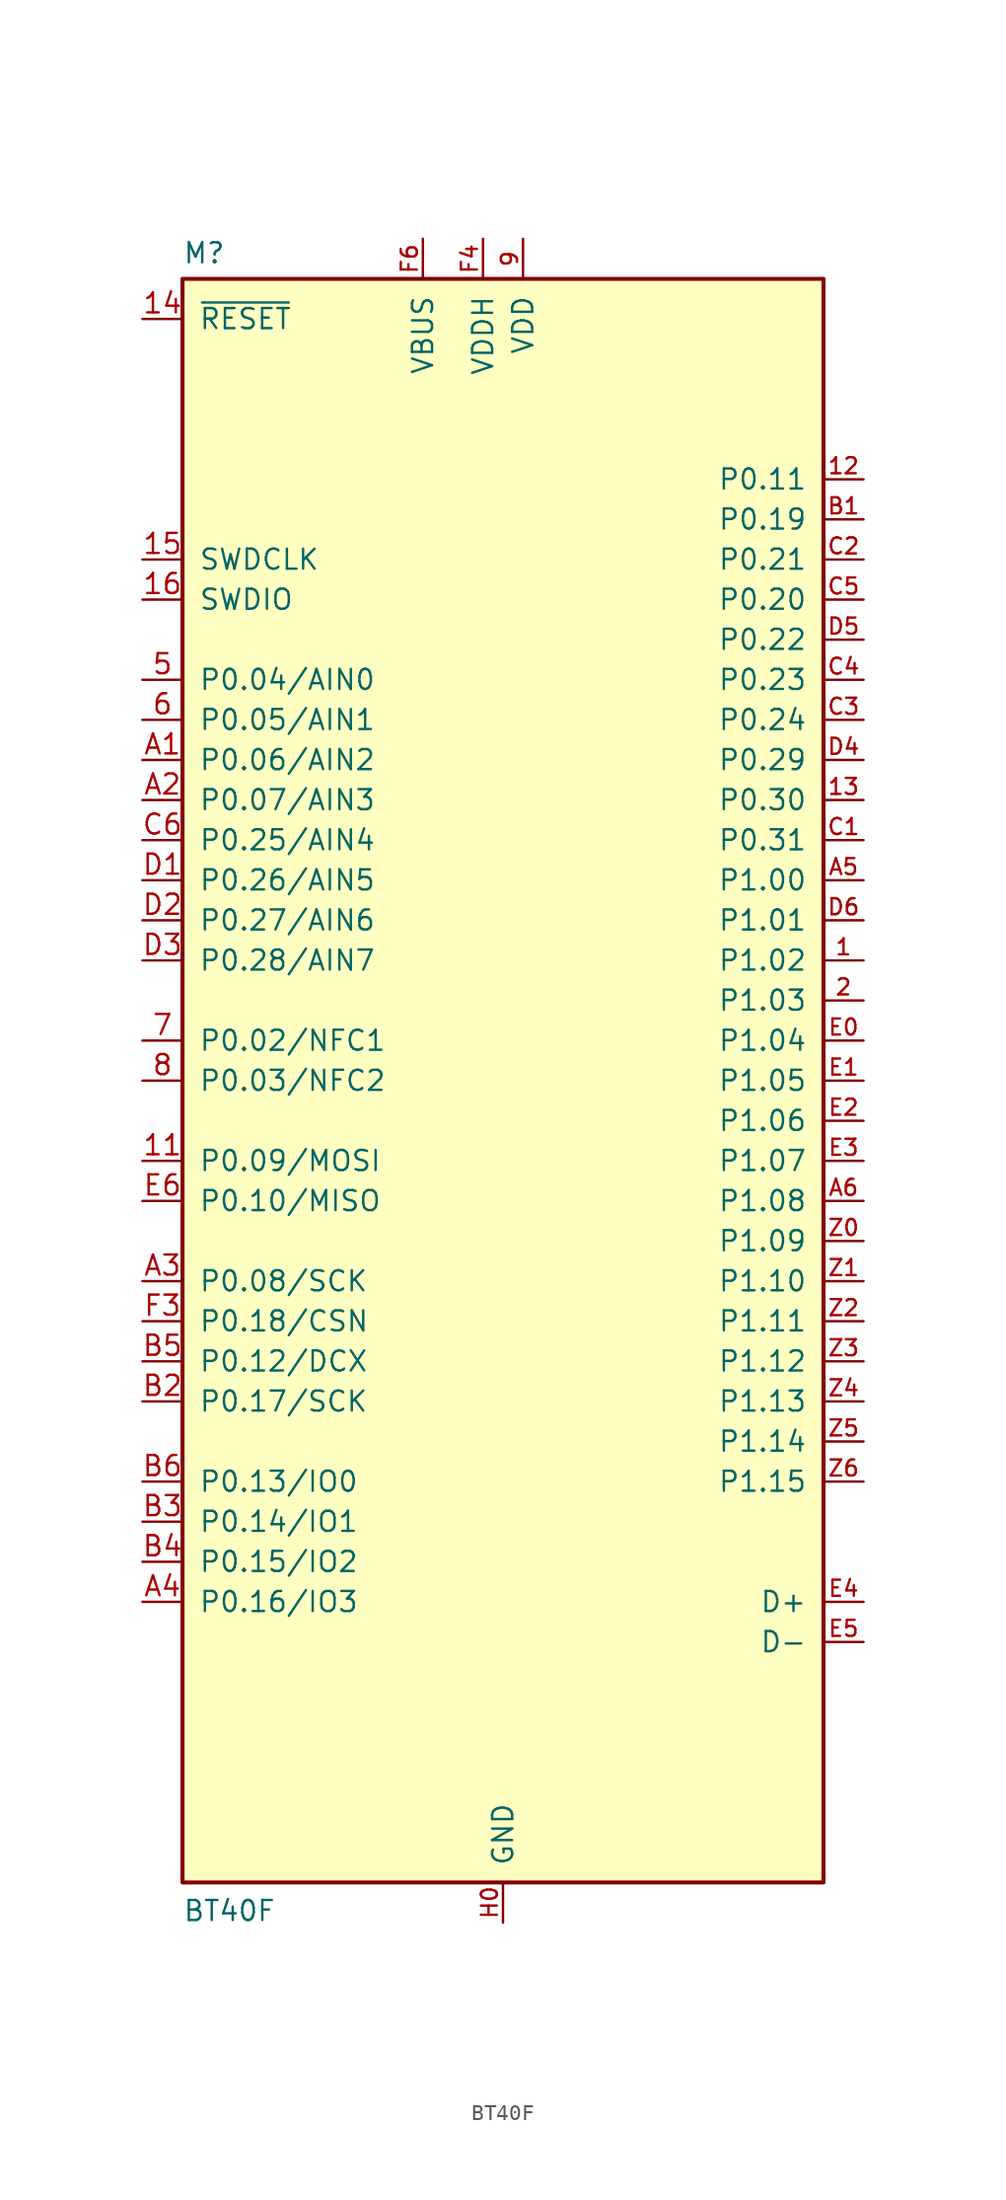
<source format=kicad_sym>
(kicad_symbol_lib
  (version 20241209)
  (generator "kicad_symbol_editor")
  (generator_version "9.0")
  (symbol "BT40F"
    (pin_names
      (offset 1.016))
    (property "Reference" "M"
      (at -20.32 51.689 0)
      (effects (font (size 1.27 1.27)) (justify left bottom)))
    (property "Value" "BT40F"
      (at -20.32 -53.34 0)
      (effects (font (size 1.27 1.27)) (justify left bottom)))
    (symbol "BT40F_0_0"
      (rectangle (start -20.32 50.8) (end 20.32 -50.8) (stroke (width 0.254) (type default)) (fill (type background)))
      (pin input line (at -22.86 48.26 0) (length 2.54) (name "~{RESET}" (effects (font (size 1.27 1.27)))) (number "14" (effects (font (size 1.27 1.27)))))
      (pin bidirectional line (at -22.86 30.48 0) (length 2.54) (name "SWDIO" (effects (font (size 1.27 1.27)))) (number "16" (effects (font (size 1.27 1.27)))))
      (pin bidirectional line (at -22.86 25.4 0) (length 2.54) (name "P0.04/AIN0" (effects (font (size 1.27 1.27)))) (number "5" (effects (font (size 1.27 1.27)))))
      (pin bidirectional line (at -22.86 22.86 0) (length 2.54) (name "P0.05/AIN1" (effects (font (size 1.27 1.27)))) (number "6" (effects (font (size 1.27 1.27)))))
      (pin bidirectional line (at -22.86 20.32 0) (length 2.54) (name "P0.06/AIN2" (effects (font (size 1.27 1.27)))) (number "A1" (effects (font (size 1.27 1.27)))))
      (pin bidirectional line (at -22.86 17.78 0) (length 2.54) (name "P0.07/AIN3" (effects (font (size 1.27 1.27)))) (number "A2" (effects (font (size 1.27 1.27)))))
      (pin bidirectional line (at -22.86 15.24 0) (length 2.54) (name "P0.25/AIN4" (effects (font (size 1.27 1.27)))) (number "C6" (effects (font (size 1.27 1.27)))))
      (pin bidirectional line (at -22.86 12.7 0) (length 2.54) (name "P0.26/AIN5" (effects (font (size 1.27 1.27)))) (number "D1" (effects (font (size 1.27 1.27)))))
      (pin bidirectional line (at -22.86 10.16 0) (length 2.54) (name "P0.27/AIN6" (effects (font (size 1.27 1.27)))) (number "D2" (effects (font (size 1.27 1.27)))))
      (pin bidirectional line (at -22.86 7.62 0) (length 2.54) (name "P0.28/AIN7" (effects (font (size 1.27 1.27)))) (number "D3" (effects (font (size 1.27 1.27)))))
      (pin bidirectional line (at -22.86 2.54 0) (length 2.54) (name "P0.02/NFC1" (effects (font (size 1.27 1.27)))) (number "7" (effects (font (size 1.27 1.27)))))
      (pin bidirectional line (at -22.86 0 0) (length 2.54) (name "P0.03/NFC2" (effects (font (size 1.27 1.27)))) (number "8" (effects (font (size 1.27 1.27)))))
      (pin bidirectional line (at -22.86 -5.08 0) (length 2.54) (name "P0.09/MOSI" (effects (font (size 1.27 1.27)))) (number "11" (effects (font (size 1.27 1.27)))))
      (pin bidirectional line (at -22.86 -7.62 0) (length 2.54) (name "P0.10/MISO" (effects (font (size 1.27 1.27)))) (number "E6" (effects (font (size 1.27 1.27)))))
      (pin bidirectional line (at -22.86 -12.7 0) (length 2.54) (name "P0.08/SCK" (effects (font (size 1.27 1.27)))) (number "A3" (effects (font (size 1.27 1.27)))))
      (pin bidirectional line (at -22.86 -15.24 0) (length 2.54) (name "P0.18/CSN" (effects (font (size 1.27 1.27)))) (number "F3" (effects (font (size 1.27 1.27)))))
      (pin bidirectional line (at -22.86 -17.78 0) (length 2.54) (name "P0.12/DCX" (effects (font (size 1.27 1.27)))) (number "B5" (effects (font (size 1.27 1.27)))))
      (pin bidirectional line (at -22.86 -20.32 0) (length 2.54) (name "P0.17/SCK" (effects (font (size 1.27 1.27)))) (number "B2" (effects (font (size 1.27 1.27)))))
      (pin bidirectional line (at -22.86 -25.4 0) (length 2.54) (name "P0.13/IO0" (effects (font (size 1.27 1.27)))) (number "B6" (effects (font (size 1.27 1.27)))))
      (pin bidirectional line (at -22.86 -27.94 0) (length 2.54) (name "P0.14/IO1" (effects (font (size 1.27 1.27)))) (number "B3" (effects (font (size 1.27 1.27)))))
      (pin bidirectional line (at -22.86 -30.48 0) (length 2.54) (name "P0.15/IO2" (effects (font (size 1.27 1.27)))) (number "B4" (effects (font (size 1.27 1.27)))))
      (pin bidirectional line (at -22.86 -33.02 0) (length 2.54) (name "P0.16/IO3" (effects (font (size 1.27 1.27)))) (number "A4" (effects (font (size 1.27 1.27)))))
      (pin power_in line (at -5.08 53.34 270) (length 2.54) (name "VBUS" (effects (font (size 1.27 1.27)))) (number "F6" (effects (font (size 1.016 1.016)))))
      (pin power_in line (at -1.27 53.34 270) (length 2.54) (name "VDDH" (effects (font (size 1.27 1.27)))) (number "F4" (effects (font (size 1.016 1.016)))))
      (pin power_in line (at 0 -53.34 90) (length 2.54) (hide yes) (name "GND" (effects (font (size 1.27 1.27)))) (number "A0" (effects (font (size 1.016 1.016)))))
      (pin power_in line (at 0 -53.34 90) (length 2.54) (hide yes) (name "GND" (effects (font (size 1.27 1.27)))) (number "B0" (effects (font (size 1.016 1.016)))))
      (pin power_in line (at 0 -53.34 90) (length 2.54) (hide yes) (name "GND" (effects (font (size 1.27 1.27)))) (number "C0" (effects (font (size 1.016 1.016)))))
      (pin power_in line (at 0 -53.34 90) (length 2.54) (hide yes) (name "GND" (effects (font (size 1.27 1.27)))) (number "D0" (effects (font (size 1.016 1.016)))))
      (pin power_in line (at 0 -53.34 90) (length 2.54) (name "GND" (effects (font (size 1.27 1.27)))) (number "H0" (effects (font (size 1.016 1.016)))))
      (pin power_in line (at 0 -53.34 90) (length 2.54) (hide yes) (name "GND" (effects (font (size 1.27 1.27)))) (number "H1" (effects (font (size 1.016 1.016)))))
      (pin power_in line (at 0 -53.34 90) (length 2.54) (hide yes) (name "GND" (effects (font (size 1.27 1.27)))) (number "H2" (effects (font (size 1.016 1.016)))))
      (pin power_in line (at 0 -53.34 90) (length 2.54) (hide yes) (name "GND" (effects (font (size 1.27 1.27)))) (number "H3" (effects (font (size 1.016 1.016)))))
      (pin power_in line (at 1.27 53.34 270) (length 2.54) (name "VDD" (effects (font (size 1.27 1.27)))) (number "9" (effects (font (size 1.016 1.016)))))
      (pin bidirectional line (at 22.86 38.1 180) (length 2.54) (name "P0.11" (effects (font (size 1.27 1.27)))) (number "12" (effects (font (size 1.016 1.016)))))
      (pin bidirectional line (at 22.86 35.56 180) (length 2.54) (name "P0.19" (effects (font (size 1.27 1.27)))) (number "B1" (effects (font (size 1.016 1.016)))))
      (pin bidirectional line (at 22.86 33.02 180) (length 2.54) (name "P0.21" (effects (font (size 1.27 1.27)))) (number "C2" (effects (font (size 1.016 1.016)))))
      (pin bidirectional line (at 22.86 30.48 180) (length 2.54) (name "P0.20" (effects (font (size 1.27 1.27)))) (number "C5" (effects (font (size 1.016 1.016)))))
      (pin bidirectional line (at 22.86 27.94 180) (length 2.54) (name "P0.22" (effects (font (size 1.27 1.27)))) (number "D5" (effects (font (size 1.016 1.016)))))
      (pin bidirectional line (at 22.86 25.4 180) (length 2.54) (name "P0.23" (effects (font (size 1.27 1.27)))) (number "C4" (effects (font (size 1.016 1.016)))))
      (pin bidirectional line (at 22.86 22.86 180) (length 2.54) (name "P0.24" (effects (font (size 1.27 1.27)))) (number "C3" (effects (font (size 1.016 1.016)))))
      (pin bidirectional line (at 22.86 20.32 180) (length 2.54) (name "P0.29" (effects (font (size 1.27 1.27)))) (number "D4" (effects (font (size 1.016 1.016)))))
      (pin bidirectional line (at 22.86 17.78 180) (length 2.54) (name "P0.30" (effects (font (size 1.27 1.27)))) (number "13" (effects (font (size 1.016 1.016)))))
      (pin bidirectional line (at 22.86 15.24 180) (length 2.54) (name "P0.31" (effects (font (size 1.27 1.27)))) (number "C1" (effects (font (size 1.016 1.016)))))
      (pin bidirectional line (at 22.86 12.7 180) (length 2.54) (name "P1.00" (effects (font (size 1.27 1.27)))) (number "A5" (effects (font (size 1.016 1.016)))))
      (pin bidirectional line (at 22.86 10.16 180) (length 2.54) (name "P1.01" (effects (font (size 1.27 1.27)))) (number "D6" (effects (font (size 1.016 1.016)))))
      (pin bidirectional line (at 22.86 7.62 180) (length 2.54) (name "P1.02" (effects (font (size 1.27 1.27)))) (number "1" (effects (font (size 1.016 1.016)))))
      (pin bidirectional line (at 22.86 5.08 180) (length 2.54) (name "P1.03" (effects (font (size 1.27 1.27)))) (number "2" (effects (font (size 1.016 1.016)))))
      (pin bidirectional line (at 22.86 2.54 180) (length 2.54) (name "P1.04" (effects (font (size 1.27 1.27)))) (number "E0" (effects (font (size 1.016 1.016)))))
      (pin bidirectional line (at 22.86 0 180) (length 2.54) (name "P1.05" (effects (font (size 1.27 1.27)))) (number "E1" (effects (font (size 1.016 1.016)))))
      (pin bidirectional line (at 22.86 -2.54 180) (length 2.54) (name "P1.06" (effects (font (size 1.27 1.27)))) (number "E2" (effects (font (size 1.016 1.016)))))
      (pin bidirectional line (at 22.86 -5.08 180) (length 2.54) (name "P1.07" (effects (font (size 1.27 1.27)))) (number "E3" (effects (font (size 1.016 1.016)))))
      (pin bidirectional line (at 22.86 -7.62 180) (length 2.54) (name "P1.08" (effects (font (size 1.27 1.27)))) (number "A6" (effects (font (size 1.016 1.016)))))
      (pin bidirectional line (at 22.86 -10.16 180) (length 2.54) (name "P1.09" (effects (font (size 1.27 1.27)))) (number "Z0" (effects (font (size 1.016 1.016)))))
      (pin bidirectional line (at 22.86 -12.7 180) (length 2.54) (name "P1.10" (effects (font (size 1.27 1.27)))) (number "Z1" (effects (font (size 1.016 1.016)))))
      (pin bidirectional line (at 22.86 -15.24 180) (length 2.54) (name "P1.11" (effects (font (size 1.27 1.27)))) (number "Z2" (effects (font (size 1.016 1.016)))))
      (pin bidirectional line (at 22.86 -17.78 180) (length 2.54) (name "P1.12" (effects (font (size 1.27 1.27)))) (number "Z3" (effects (font (size 1.016 1.016)))))
      (pin bidirectional line (at 22.86 -20.32 180) (length 2.54) (name "P1.13" (effects (font (size 1.27 1.27)))) (number "Z4" (effects (font (size 1.016 1.016)))))
      (pin bidirectional line (at 22.86 -22.86 180) (length 2.54) (name "P1.14" (effects (font (size 1.27 1.27)))) (number "Z5" (effects (font (size 1.016 1.016)))))
      (pin bidirectional line (at 22.86 -25.4 180) (length 2.54) (name "P1.15" (effects (font (size 1.27 1.27)))) (number "Z6" (effects (font (size 1.016 1.016)))))
      (pin bidirectional line (at 22.86 -33.02 180) (length 2.54) (name "D+" (effects (font (size 1.27 1.27)))) (number "E4" (effects (font (size 1.016 1.016)))))
      (pin bidirectional line (at 22.86 -35.56 180) (length 2.54) (name "D-" (effects (font (size 1.27 1.27)))) (number "E5" (effects (font (size 1.016 1.016)))))
      (pin no_connect line (at 22.86 -38.1 180) (length 2.54) (hide yes) (name "NC" (effects (font (size 1.27 1.27)))) (number "4" (effects (font (size 1.016 1.016)))))
      (pin no_connect line (at 22.86 -40.64 180) (length 2.54) (hide yes) (name "NC" (effects (font (size 1.27 1.27)))) (number "F5" (effects (font (size 1.016 1.016)))))
      (pin no_connect line (at 22.86 -43.18 180) (length 2.54) (hide yes) (name "NC" (effects (font (size 1.27 1.27)))) (number "3" (effects (font (size 1.016 1.016))))))
    (symbol "BT40F_1_0"
      (pin input line (at -22.86 33.02 0) (length 2.54) (name "SWDCLK" (effects (font (size 1.27 1.27)))) (number "15" (effects (font (size 1.27 1.27)))))
      (pin power_in line (at 0 -53.34 90) (length 2.54) (hide yes) (name "GND" (effects (font (size 1.27 1.27)))) (number "10" (effects (font (size 1.016 1.016))))))))
</source>
